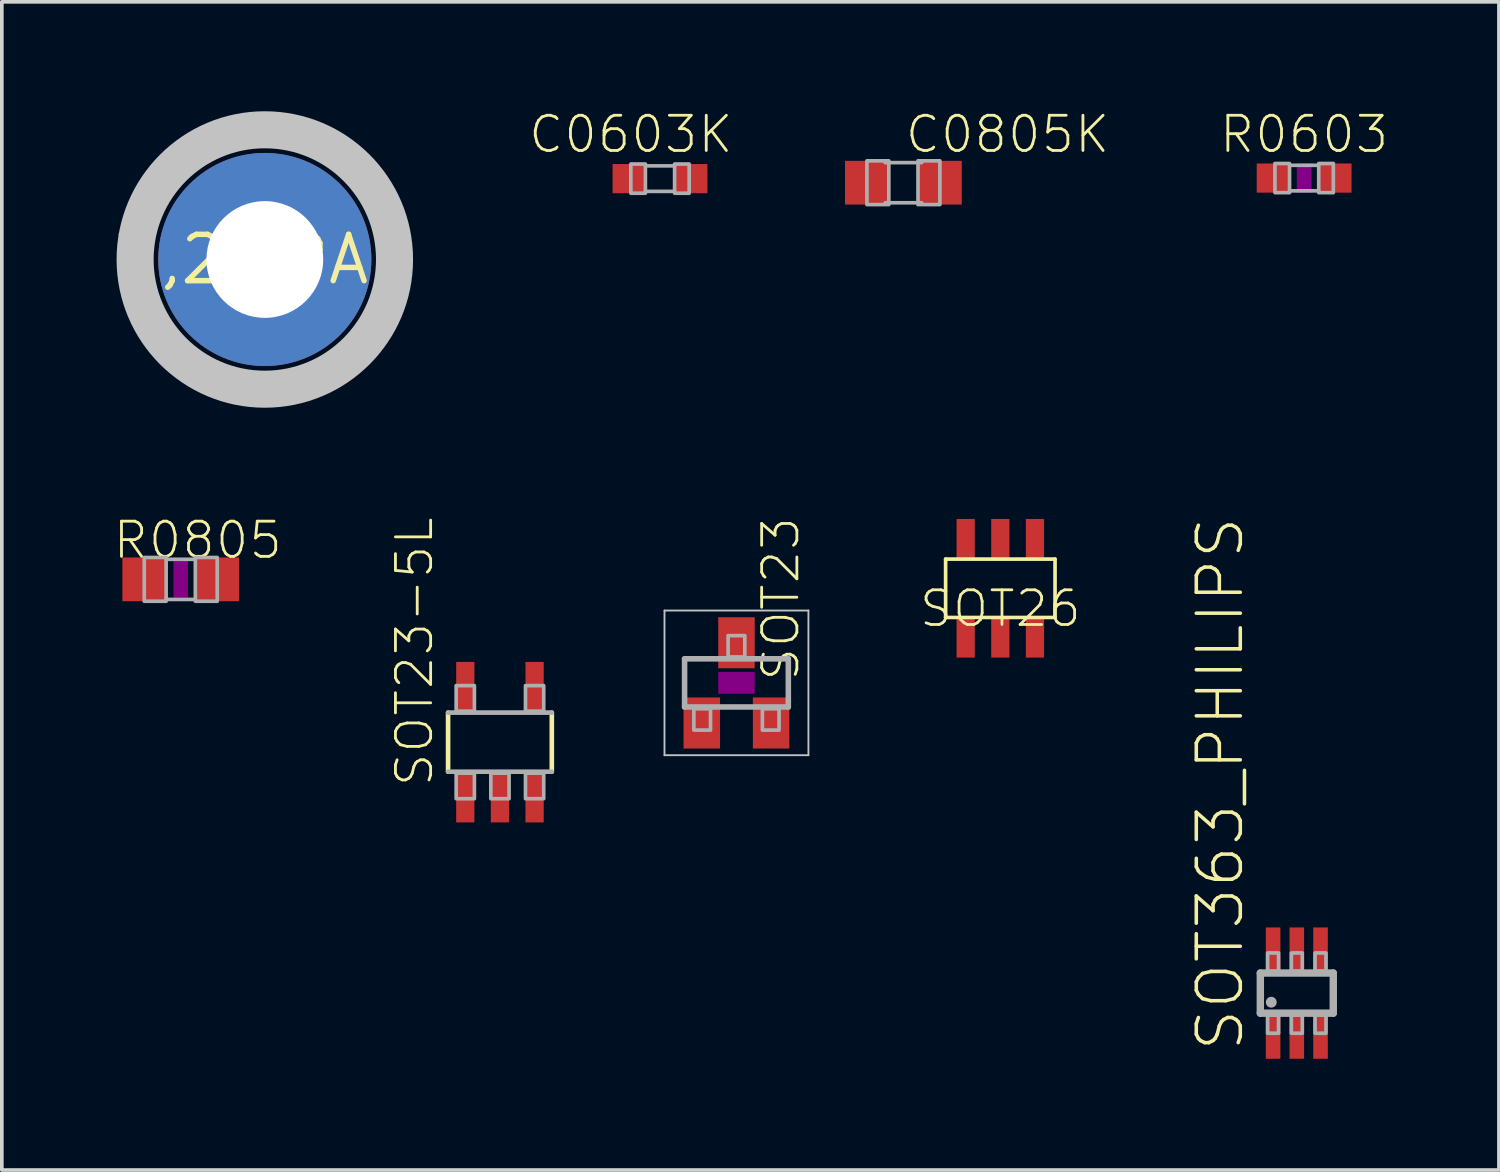
<source format=kicad_pcb>
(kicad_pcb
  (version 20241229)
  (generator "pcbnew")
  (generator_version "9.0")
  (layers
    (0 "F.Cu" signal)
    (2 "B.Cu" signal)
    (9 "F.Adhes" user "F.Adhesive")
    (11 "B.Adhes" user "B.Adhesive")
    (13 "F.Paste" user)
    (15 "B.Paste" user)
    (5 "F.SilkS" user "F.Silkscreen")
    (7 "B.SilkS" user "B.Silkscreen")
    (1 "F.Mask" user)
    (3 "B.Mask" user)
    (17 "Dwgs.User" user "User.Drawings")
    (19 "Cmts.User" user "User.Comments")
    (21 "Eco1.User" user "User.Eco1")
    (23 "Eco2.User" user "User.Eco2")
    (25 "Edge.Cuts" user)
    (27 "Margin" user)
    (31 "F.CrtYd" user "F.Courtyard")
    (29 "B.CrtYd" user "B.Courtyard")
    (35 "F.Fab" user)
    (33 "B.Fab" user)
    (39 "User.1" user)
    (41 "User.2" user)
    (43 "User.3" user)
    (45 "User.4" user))
  (footprint "SOT23"
    (layer "F.Cu")
    (at 17.14 15.671)
    (property "Reference" "SOT23" (at 1.778 0 90) (layer "F.SilkS") (effects (font (size 0.965 0.965) (thickness 0.077)) (justify left bottom)))
    (attr through_hole)
    (fp_poly (pts (xy -0.5 0.3) (xy 0.5 0.3) (xy 0.5 -0.3) (xy -0.5 -0.3)) (stroke (width 0) (type solid)) (fill yes) (layer "F.Adhes"))
    (fp_line (start -1.973 -1.983) (end 1.973 -1.983) (stroke (width 0.051) (type solid)) (layer "Dwgs.User"))
    (fp_line (start -1.973 1.983) (end -1.973 -1.983) (stroke (width 0.051) (type solid)) (layer "Dwgs.User"))
    (fp_line (start 1.973 -1.983) (end 1.973 1.983) (stroke (width 0.051) (type solid)) (layer "Dwgs.User"))
    (fp_line (start 1.973 1.983) (end -1.973 1.983) (stroke (width 0.051) (type solid)) (layer "Dwgs.User"))
    (fp_line (start -1.422 -0.66) (end 1.422 -0.66) (stroke (width 0.152) (type solid)) (layer "F.Fab"))
    (fp_line (start -1.422 0.66) (end -1.422 -0.66) (stroke (width 0.152) (type solid)) (layer "F.Fab"))
    (fp_line (start 1.422 -0.66) (end 1.422 0.66) (stroke (width 0.152) (type solid)) (layer "F.Fab"))
    (fp_line (start 1.422 0.66) (end -1.422 0.66) (stroke (width 0.152) (type solid)) (layer "F.Fab"))
    (fp_poly (pts (xy -1.168 1.295) (xy -0.711 1.295) (xy -0.711 0.711) (xy -1.168 0.711)) (stroke (width 0.1) (type solid)) (fill no) (layer "F.Fab"))
    (fp_poly (pts (xy -0.229 -0.711) (xy 0.229 -0.711) (xy 0.229 -1.295) (xy -0.229 -1.295)) (stroke (width 0.1) (type solid)) (fill no) (layer "F.Fab"))
    (fp_poly (pts (xy 0.711 1.295) (xy 1.168 1.295) (xy 1.168 0.711) (xy 0.711 0.711)) (stroke (width 0.1) (type solid)) (fill no) (layer "F.Fab"))
    (pad "1" smd rect (at -0.95 1.1) (size 1 1.4) (layers "F.Cu" "F.Mask" "F.Paste"))
    (pad "2" smd rect (at 0.95 1.1) (size 1 1.4) (layers "F.Cu" "F.Mask" "F.Paste"))
    (pad "3" smd rect (at 0 -1.1) (size 1 1.4) (layers "F.Cu" "F.Mask" "F.Paste")))
  (footprint "3,2-PAD"
    (layer "F.Cu")
    (at 4.21 4.064)
    (property "Reference" "3,2-PAD" (at 0 0 0) (layer "F.SilkS") (effects (font (size 1.27 1.27) (thickness 0.15))))
    (attr through_hole)
    (fp_circle (center 0 0) (end 3.556 0) (stroke (width 1.016) (type solid)) (fill no) (layer "Dwgs.User"))
    (pad "B3,2" thru_hole circle (at 0 0) (size 5.842 5.842) (drill 3.2) (layers "*.Cu" "*.Mask")))
  (footprint "R0805"
    (layer "F.Cu")
    (at 1.905 12.833)
    (property "Reference" "R0805" (at -1.905 -0.508 0) (layer "F.SilkS") (effects (font (size 0.965 0.965) (thickness 0.077)) (justify left bottom)))
    (attr through_hole)
    (fp_poly (pts (xy -1.65 0.65) (xy -0.35 0.65) (xy -0.35 -0.65) (xy -1.65 -0.65)) (stroke (width 0) (type solid)) (fill yes) (layer "F.Mask"))
    (fp_poly (pts (xy 0.35 0.65) (xy 1.65 0.65) (xy 1.65 -0.65) (xy 0.35 -0.65)) (stroke (width 0) (type solid)) (fill yes) (layer "F.Mask"))
    (fp_poly (pts (xy -0.2 0.5) (xy 0.2 0.5) (xy 0.2 -0.5) (xy -0.2 -0.5)) (stroke (width 0) (type solid)) (fill yes) (layer "F.Adhes"))
    (fp_line (start -0.4 -0.55) (end 0.4 -0.55) (stroke (width 0.1) (type solid)) (layer "F.Fab"))
    (fp_line (start -0.4 0.55) (end 0.4 0.55) (stroke (width 0.1) (type solid)) (layer "F.Fab"))
    (fp_poly (pts (xy -1 0.6) (xy -0.4 0.6) (xy -0.4 -0.6) (xy -1 -0.6)) (stroke (width 0.1) (type solid)) (fill no) (layer "F.Fab"))
    (fp_poly (pts (xy 0.4 0.6) (xy 1 0.6) (xy 1 -0.6) (xy 0.4 -0.6)) (stroke (width 0.1) (type solid)) (fill no) (layer "F.Fab"))
    (pad "1" smd rect (at -1 0) (size 1.2 1.2) (layers "F.Cu" "F.Mask" "F.Paste"))
    (pad "2" smd rect (at 1 0) (size 1.2 1.2) (layers "F.Cu" "F.Mask" "F.Paste")))
  (footprint "SOT26"
    (layer "F.Cu")
    (at 24.374 13.078)
    (property "Reference" "SOT26" (at 0 0 180) (layer "F.SilkS") (effects (font (size 0.95 0.95) (thickness 0.076)) (justify top)))
    (attr through_hole)
    (fp_poly (pts (xy -1.25 -0.75) (xy -0.65 -0.75) (xy -0.65 -1.95) (xy -1.25 -1.95)) (stroke (width 0) (type solid)) (fill yes) (layer "F.Mask"))
    (fp_poly (pts (xy -0.65 0.75) (xy -1.25 0.75) (xy -1.25 1.95) (xy -0.65 1.95)) (stroke (width 0) (type solid)) (fill yes) (layer "F.Mask"))
    (fp_poly (pts (xy -0.3 -0.75) (xy 0.3 -0.75) (xy 0.3 -1.95) (xy -0.3 -1.95)) (stroke (width 0) (type solid)) (fill yes) (layer "F.Mask"))
    (fp_poly (pts (xy 0.3 0.75) (xy -0.3 0.75) (xy -0.3 1.95) (xy 0.3 1.95)) (stroke (width 0) (type solid)) (fill yes) (layer "F.Mask"))
    (fp_poly (pts (xy 0.65 -0.75) (xy 1.25 -0.75) (xy 1.25 -1.95) (xy 0.65 -1.95)) (stroke (width 0) (type solid)) (fill yes) (layer "F.Mask"))
    (fp_poly (pts (xy 1.25 0.75) (xy 0.65 0.75) (xy 0.65 1.95) (xy 1.25 1.95)) (stroke (width 0) (type solid)) (fill yes) (layer "F.Mask"))
    (fp_line (start -1.5 -0.8) (end 1.5 -0.8) (stroke (width 0.1) (type solid)) (layer "F.SilkS"))
    (fp_line (start -1.5 0.8) (end -1.5 -0.8) (stroke (width 0.1) (type solid)) (layer "F.SilkS"))
    (fp_line (start 1.5 -0.8) (end 1.5 0.8) (stroke (width 0.1) (type solid)) (layer "F.SilkS"))
    (fp_line (start 1.5 0.8) (end -1.5 0.8) (stroke (width 0.1) (type solid)) (layer "F.SilkS"))
    (pad "1" smd rect (at -0.95 1.35 180) (size 0.5 1.1) (layers "F.Cu" "F.Mask" "F.Paste"))
    (pad "2" smd rect (at 0 1.35 180) (size 0.5 1.1) (layers "F.Cu" "F.Mask" "F.Paste"))
    (pad "3" smd rect (at 0.95 1.35 180) (size 0.5 1.1) (layers "F.Cu" "F.Mask" "F.Paste"))
    (pad "4" smd rect (at 0.95 -1.35) (size 0.5 1.1) (layers "F.Cu" "F.Mask" "F.Paste"))
    (pad "5" smd rect (at 0 -1.35) (size 0.5 1.1) (layers "F.Cu" "F.Mask" "F.Paste"))
    (pad "6" smd rect (at -0.95 -1.35) (size 0.5 1.1) (layers "F.Cu" "F.Mask" "F.Paste")))
  (footprint "R0603"
    (layer "F.Cu")
    (at 32.703 1.832)
    (property "Reference" "R0603" (at 0 -0.635 0) (layer "F.SilkS") (effects (font (size 0.965 0.965) (thickness 0.077)) (justify bottom)))
    (attr through_hole)
    (fp_poly (pts (xy -0.2 0.4) (xy 0.2 0.4) (xy 0.2 -0.4) (xy -0.2 -0.4)) (stroke (width 0) (type solid)) (fill yes) (layer "F.Adhes"))
    (fp_line (start -0.4 0.35) (end 0.4 0.35) (stroke (width 0.1) (type solid)) (layer "F.Fab"))
    (fp_line (start 0.4 -0.35) (end -0.4 -0.35) (stroke (width 0.1) (type solid)) (layer "F.Fab"))
    (fp_poly (pts (xy -0.8 0.4) (xy -0.4 0.4) (xy -0.4 -0.4) (xy -0.8 -0.4)) (stroke (width 0.1) (type solid)) (fill no) (layer "F.Fab"))
    (fp_poly (pts (xy 0.4 0.4) (xy 0.8 0.4) (xy 0.8 -0.4) (xy 0.4 -0.4)) (stroke (width 0.1) (type solid)) (fill no) (layer "F.Fab"))
    (pad "1" smd rect (at -0.85 0) (size 0.9 0.8) (layers "F.Cu" "F.Mask" "F.Paste"))
    (pad "2" smd rect (at 0.85 0) (size 0.9 0.8) (layers "F.Cu" "F.Mask" "F.Paste")))
  (footprint "C0603K"
    (layer "F.Cu")
    (at 15.044 1.847)
    (property "Reference" "C0603K" (at -0.8 -0.65 0) (layer "F.SilkS") (effects (font (size 0.965 0.965) (thickness 0.077)) (justify bottom)))
    (attr through_hole)
    (fp_line (start -0.4 -0.35) (end 0.4 -0.35) (stroke (width 0.1) (type solid)) (layer "F.Fab"))
    (fp_line (start 0.4 0.35) (end -0.4 0.35) (stroke (width 0.1) (type solid)) (layer "F.Fab"))
    (fp_poly (pts (xy -0.8 0.4) (xy -0.4 0.4) (xy -0.4 -0.4) (xy -0.8 -0.4)) (stroke (width 0.1) (type solid)) (fill no) (layer "F.Fab"))
    (fp_poly (pts (xy 0.4 0.4) (xy 0.8 0.4) (xy 0.8 -0.4) (xy 0.4 -0.4)) (stroke (width 0.1) (type solid)) (fill no) (layer "F.Fab"))
    (pad "1" smd rect (at -0.85 0) (size 0.9 0.8) (layers "F.Cu" "F.Mask" "F.Paste"))
    (pad "2" smd rect (at 0.85 0) (size 0.9 0.8) (layers "F.Cu" "F.Mask" "F.Paste")))
  (footprint "SOT23-5L"
    (layer "F.Cu")
    (at 10.656 17.296)
    (property "Reference" "SOT23-5L" (at -1.778 1.27 90) (layer "F.SilkS") (effects (font (size 0.965 0.965) (thickness 0.077)) (justify left bottom)))
    (attr through_hole)
    (fp_poly (pts (xy -1.3 -0.7) (xy -0.6 -0.7) (xy -0.6 -2.3) (xy -1.3 -2.3)) (stroke (width 0) (type solid)) (fill yes) (layer "F.Mask"))
    (fp_poly (pts (xy -1.3 2.3) (xy -0.6 2.3) (xy -0.6 0.7) (xy -1.3 0.7)) (stroke (width 0) (type solid)) (fill yes) (layer "F.Mask"))
    (fp_poly (pts (xy -0.35 2.3) (xy 0.35 2.3) (xy 0.35 0.7) (xy -0.35 0.7)) (stroke (width 0) (type solid)) (fill yes) (layer "F.Mask"))
    (fp_poly (pts (xy 0.6 -0.7) (xy 1.3 -0.7) (xy 1.3 -2.3) (xy 0.6 -2.3)) (stroke (width 0) (type solid)) (fill yes) (layer "F.Mask"))
    (fp_poly (pts (xy 0.6 2.3) (xy 1.3 2.3) (xy 1.3 0.7) (xy 0.6 0.7)) (stroke (width 0) (type solid)) (fill yes) (layer "F.Mask"))
    (fp_line (start -1.422 0.81) (end -1.422 -0.81) (stroke (width 0.127) (type solid)) (layer "F.SilkS"))
    (fp_line (start 1.422 -0.81) (end 1.422 0.81) (stroke (width 0.127) (type solid)) (layer "F.SilkS"))
    (fp_line (start -1.422 -0.81) (end 1.422 -0.81) (stroke (width 0.127) (type solid)) (layer "F.Fab"))
    (fp_line (start 1.422 0.81) (end -1.422 0.81) (stroke (width 0.127) (type solid)) (layer "F.Fab"))
    (fp_poly (pts (xy -1.2 -0.85) (xy -0.7 -0.85) (xy -0.7 -1.55) (xy -1.2 -1.55)) (stroke (width 0.1) (type solid)) (fill no) (layer "F.Fab"))
    (fp_poly (pts (xy -1.2 1.55) (xy -0.7 1.55) (xy -0.7 0.85) (xy -1.2 0.85)) (stroke (width 0.1) (type solid)) (fill no) (layer "F.Fab"))
    (fp_poly (pts (xy -0.25 1.55) (xy 0.25 1.55) (xy 0.25 0.85) (xy -0.25 0.85)) (stroke (width 0.1) (type solid)) (fill no) (layer "F.Fab"))
    (fp_poly (pts (xy 0.7 -0.85) (xy 1.2 -0.85) (xy 1.2 -1.55) (xy 0.7 -1.55)) (stroke (width 0.1) (type solid)) (fill no) (layer "F.Fab"))
    (fp_poly (pts (xy 0.7 1.55) (xy 1.2 1.55) (xy 1.2 0.85) (xy 0.7 0.85)) (stroke (width 0.1) (type solid)) (fill no) (layer "F.Fab"))
    (pad "1" smd rect (at -0.95 1.5) (size 0.5 1.4) (layers "F.Cu" "F.Mask" "F.Paste"))
    (pad "2" smd rect (at 0 1.5) (size 0.5 1.4) (layers "F.Cu" "F.Mask" "F.Paste"))
    (pad "3" smd rect (at 0.95 1.5) (size 0.5 1.4) (layers "F.Cu" "F.Mask" "F.Paste"))
    (pad "4" smd rect (at 0.95 -1.5) (size 0.5 1.4) (layers "F.Cu" "F.Mask" "F.Paste"))
    (pad "5" smd rect (at -0.95 -1.5) (size 0.5 1.4) (layers "F.Cu" "F.Mask" "F.Paste")))
  (footprint "C0805K"
    (layer "F.Cu")
    (at 21.717 1.959)
    (property "Reference" "C0805K" (at 0 -0.762 0) (layer "F.SilkS") (effects (font (size 0.965 0.965) (thickness 0.077)) (justify left bottom)))
    (attr through_hole)
    (fp_poly (pts (xy -1.65 0.65) (xy -0.35 0.65) (xy -0.35 -0.65) (xy -1.65 -0.65)) (stroke (width 0) (type solid)) (fill yes) (layer "F.Mask"))
    (fp_poly (pts (xy 0.35 0.65) (xy 1.65 0.65) (xy 1.65 -0.65) (xy 0.35 -0.65)) (stroke (width 0) (type solid)) (fill yes) (layer "F.Mask"))
    (fp_line (start -0.5 -0.55) (end 0.5 -0.55) (stroke (width 0.1) (type solid)) (layer "F.Fab"))
    (fp_line (start 0.5 0.55) (end -0.5 0.55) (stroke (width 0.1) (type solid)) (layer "F.Fab"))
    (fp_poly (pts (xy -1 0.6) (xy -0.4 0.6) (xy -0.4 -0.6) (xy -1 -0.6)) (stroke (width 0.1) (type solid)) (fill no) (layer "F.Fab"))
    (fp_poly (pts (xy 0.4 0.6) (xy 1 0.6) (xy 1 -0.6) (xy 0.4 -0.6)) (stroke (width 0.1) (type solid)) (fill no) (layer "F.Fab"))
    (pad "1" smd rect (at -1 0) (size 1.2 1.2) (layers "F.Cu" "F.Mask" "F.Paste"))
    (pad "2" smd rect (at 1 0) (size 1.2 1.2) (layers "F.Cu" "F.Mask" "F.Paste")))
  (footprint "SOT363_PHILIPS"
    (layer "F.Cu")
    (at 32.502 24.176)
    (property "Reference" "SOT363_PHILIPS" (at -1.397 1.651 90) (layer "F.SilkS") (effects (font (size 1.206 1.206) (thickness 0.097)) (justify left bottom)))
    (attr through_hole)
    (fp_poly (pts (xy -0.9 1.85) (xy -0.4 1.85) (xy -0.4 0.55) (xy -0.9 0.55)) (stroke (width 0) (type solid)) (fill yes) (layer "F.Mask"))
    (fp_poly (pts (xy -0.4 -1.85) (xy -0.9 -1.85) (xy -0.9 -0.55) (xy -0.4 -0.55)) (stroke (width 0) (type solid)) (fill yes) (layer "F.Mask"))
    (fp_poly (pts (xy -0.25 1.85) (xy 0.25 1.85) (xy 0.25 0.55) (xy -0.25 0.55)) (stroke (width 0) (type solid)) (fill yes) (layer "F.Mask"))
    (fp_poly (pts (xy 0.25 -1.85) (xy -0.25 -1.85) (xy -0.25 -0.55) (xy 0.25 -0.55)) (stroke (width 0) (type solid)) (fill yes) (layer "F.Mask"))
    (fp_poly (pts (xy 0.4 1.85) (xy 0.9 1.85) (xy 0.9 0.55) (xy 0.4 0.55)) (stroke (width 0) (type solid)) (fill yes) (layer "F.Mask"))
    (fp_poly (pts (xy 0.9 -1.85) (xy 0.4 -1.85) (xy 0.4 -0.55) (xy 0.9 -0.55)) (stroke (width 0) (type solid)) (fill yes) (layer "F.Mask"))
    (fp_line (start -1 -0.55) (end 1 -0.55) (stroke (width 0.203) (type solid)) (layer "F.Fab"))
    (fp_line (start -1 0.55) (end -1 -0.55) (stroke (width 0.203) (type solid)) (layer "F.Fab"))
    (fp_line (start 1 -0.55) (end 1 0.55) (stroke (width 0.203) (type solid)) (layer "F.Fab"))
    (fp_line (start 1 0.55) (end -1 0.55) (stroke (width 0.203) (type solid)) (layer "F.Fab"))
    (fp_circle (center -0.7 0.25) (end -0.625 0.25) (stroke (width 0.15) (type solid)) (fill no) (layer "F.Fab"))
    (fp_poly (pts (xy -0.8 -0.6) (xy -0.5 -0.6) (xy -0.5 -1.1) (xy -0.8 -1.1)) (stroke (width 0.1) (type solid)) (fill no) (layer "F.Fab"))
    (fp_poly (pts (xy -0.8 1.1) (xy -0.5 1.1) (xy -0.5 0.6) (xy -0.8 0.6)) (stroke (width 0.1) (type solid)) (fill no) (layer "F.Fab"))
    (fp_poly (pts (xy -0.15 -0.6) (xy 0.15 -0.6) (xy 0.15 -1.1) (xy -0.15 -1.1)) (stroke (width 0.1) (type solid)) (fill no) (layer "F.Fab"))
    (fp_poly (pts (xy -0.15 1.1) (xy 0.15 1.1) (xy 0.15 0.6) (xy -0.15 0.6)) (stroke (width 0.1) (type solid)) (fill no) (layer "F.Fab"))
    (fp_poly (pts (xy 0.5 -0.6) (xy 0.8 -0.6) (xy 0.8 -1.1) (xy 0.5 -1.1)) (stroke (width 0.1) (type solid)) (fill no) (layer "F.Fab"))
    (fp_poly (pts (xy 0.5 1.1) (xy 0.8 1.1) (xy 0.8 0.6) (xy 0.5 0.6)) (stroke (width 0.1) (type solid)) (fill no) (layer "F.Fab"))
    (pad "1" smd rect (at -0.65 1.2) (size 0.4 1.2) (layers "F.Cu" "F.Mask" "F.Paste"))
    (pad "2" smd rect (at 0 1.2) (size 0.4 1.2) (layers "F.Cu" "F.Mask" "F.Paste"))
    (pad "3" smd rect (at 0.65 1.2) (size 0.4 1.2) (layers "F.Cu" "F.Mask" "F.Paste"))
    (pad "4" smd rect (at 0.65 -1.2) (size 0.4 1.2) (layers "F.Cu" "F.Mask" "F.Paste"))
    (pad "5" smd rect (at 0 -1.2) (size 0.4 1.2) (layers "F.Cu" "F.Mask" "F.Paste"))
    (pad "6" smd rect (at -0.65 -1.2) (size 0.4 1.2) (layers "F.Cu" "F.Mask" "F.Paste")))
  (gr_rect
    (start -3 -3)
    (end 38.043 29.026)
    (stroke (width 0.1) (type default))
    (fill no)
    (layer "Edge.Cuts")))
</source>
